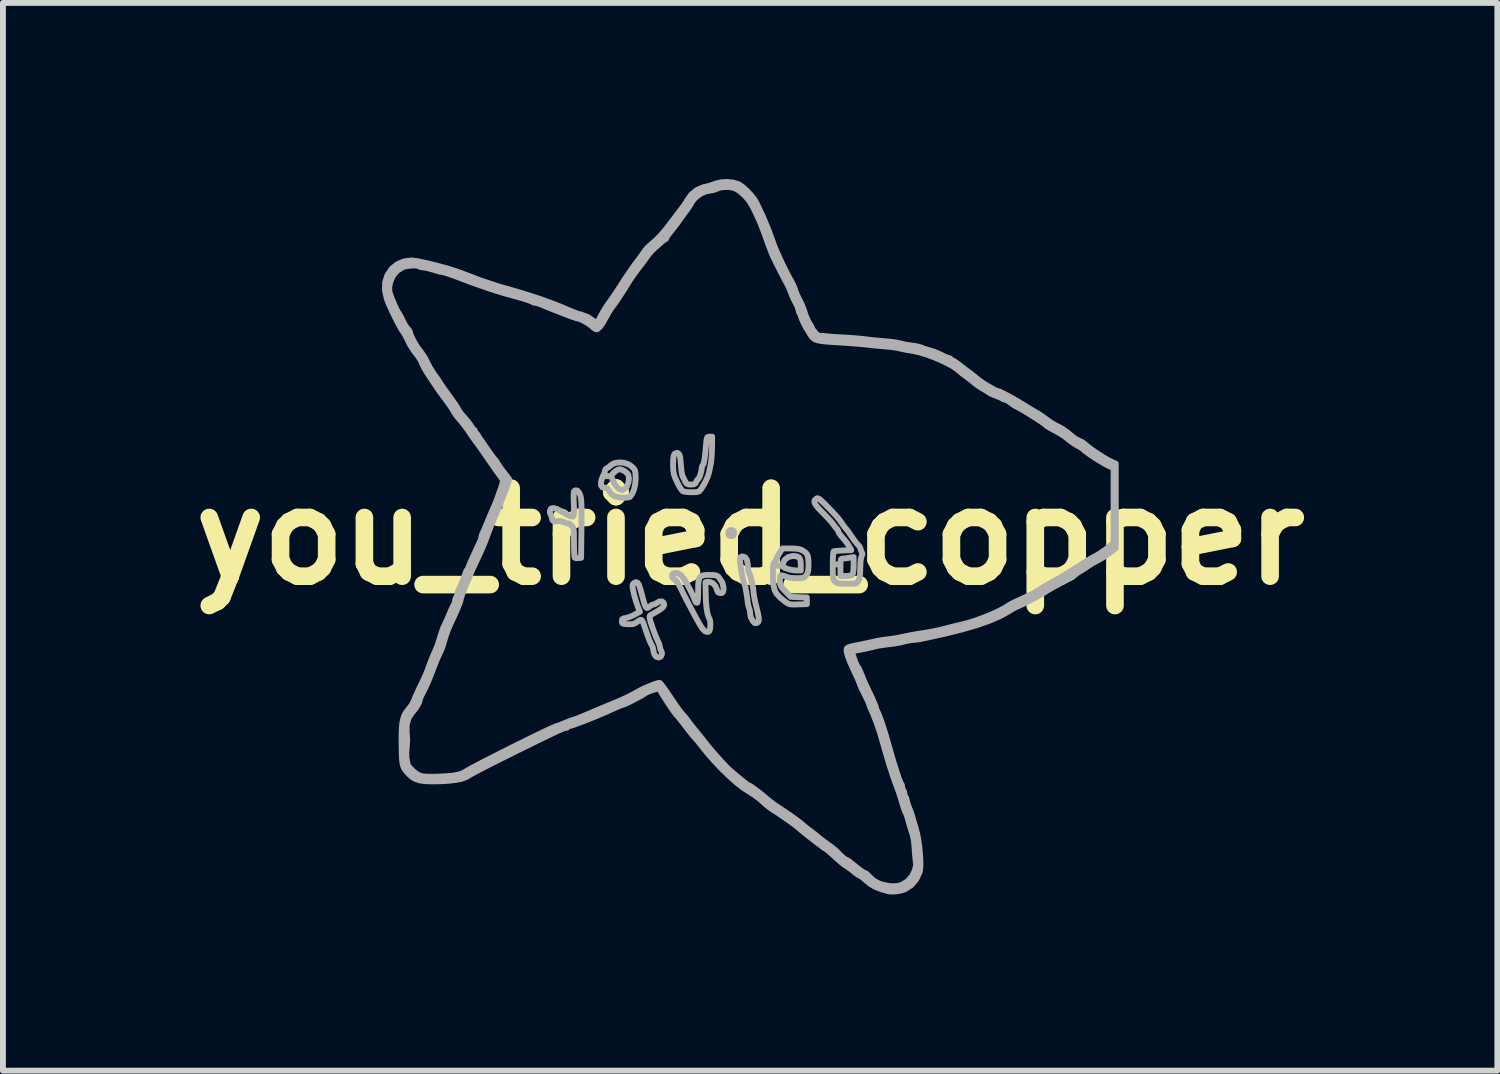
<source format=kicad_pcb>
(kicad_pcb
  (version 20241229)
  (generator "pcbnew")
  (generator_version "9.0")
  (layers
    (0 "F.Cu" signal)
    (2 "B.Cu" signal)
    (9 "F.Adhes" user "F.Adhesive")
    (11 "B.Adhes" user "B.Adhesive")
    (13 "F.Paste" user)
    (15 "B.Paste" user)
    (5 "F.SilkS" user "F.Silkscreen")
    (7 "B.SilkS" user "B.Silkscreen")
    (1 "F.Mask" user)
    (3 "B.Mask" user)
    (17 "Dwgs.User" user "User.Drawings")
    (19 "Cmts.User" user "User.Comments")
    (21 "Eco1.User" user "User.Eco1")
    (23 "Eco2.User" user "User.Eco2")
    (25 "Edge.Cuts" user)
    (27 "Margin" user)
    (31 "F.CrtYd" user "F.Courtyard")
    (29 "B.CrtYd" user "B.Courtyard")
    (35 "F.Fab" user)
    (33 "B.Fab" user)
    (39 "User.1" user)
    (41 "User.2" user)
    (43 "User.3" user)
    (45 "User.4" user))
  (footprint "you_tried_copper"
    (layer "F.Cu")
    (at 9.729 6.087)
    (property "Reference" "you_tried_copper" (at 0 0 0) (layer "F.SilkS") (effects (font (size 1.5 1.5) (thickness 0.3))))
    (attr board_only exclude_from_pos_files exclude_from_bom)
    (fp_poly (pts (xy -0.281 -0.093) (xy -0.272 -0.056) (xy -0.282 -0.018) (xy -0.314 -0.003) (xy -0.354 -0.01) (xy -0.368 -0.027) (xy -0.372 -0.073) (xy -0.35 -0.104) (xy -0.314 -0.109)) (stroke (width 0.1) (type solid)) (fill no) (layer "F.Fab"))
    (fp_poly (pts (xy -0.087 0.354) (xy -0.056 0.398) (xy -0.04 0.471) (xy -0.038 0.516) (xy -0.035 0.568) (xy -0.027 0.602) (xy -0.024 0.607) (xy -0.011 0.635) (xy 0.006 0.688) (xy 0.024 0.757) (xy 0.04 0.829) (xy 0.052 0.894) (xy 0.056 0.938) (xy 0.061 0.985) (xy 0.073 1.056) (xy 0.091 1.141) (xy 0.103 1.189) (xy 0.129 1.295) (xy 0.144 1.371) (xy 0.148 1.421) (xy 0.142 1.452) (xy 0.126 1.468) (xy 0.12 1.471) (xy 0.093 1.48) (xy 0.075 1.475) (xy 0.053 1.45) (xy 0.039 1.433) (xy 0.009 1.374) (xy 0 1.319) (xy -0.005 1.263) (xy -0.019 1.22) (xy -0.019 1.219) (xy -0.031 1.182) (xy -0.042 1.122) (xy -0.048 1.065) (xy -0.079 0.873) (xy -0.117 0.746) (xy -0.13 0.697) (xy -0.145 0.623) (xy -0.159 0.538) (xy -0.17 0.455) (xy -0.174 0.403) (xy -0.172 0.362) (xy -0.151 0.345) (xy -0.131 0.342)) (stroke (width 0.1) (type solid)) (fill no) (layer "F.Fab"))
    (fp_poly (pts (xy -2.941 -0.778) (xy -2.914 -0.745) (xy -2.901 -0.718) (xy -2.891 -0.693) (xy -2.884 -0.662) (xy -2.879 -0.62) (xy -2.875 -0.563) (xy -2.873 -0.487) (xy -2.873 -0.385) (xy -2.873 -0.254) (xy -2.874 -0.141) (xy -2.88 0.366) (xy -2.927 0.371) (xy -2.968 0.371) (xy -2.988 0.364) (xy -2.993 0.341) (xy -2.997 0.288) (xy -3 0.212) (xy -3.001 0.122) (xy -3.001 0.103) (xy -3.002 0.003) (xy -3.003 -0.068) (xy -3.008 -0.115) (xy -3.016 -0.145) (xy -3.028 -0.167) (xy -3.047 -0.186) (xy -3.048 -0.188) (xy -3.079 -0.214) (xy -3.095 -0.221) (xy -3.095 -0.22) (xy -3.111 -0.219) (xy -3.149 -0.232) (xy -3.176 -0.242) (xy -3.245 -0.264) (xy -3.287 -0.261) (xy -3.332 -0.252) (xy -3.365 -0.272) (xy -3.377 -0.308) (xy -3.385 -0.35) (xy -3.397 -0.369) (xy -3.411 -0.402) (xy -3.411 -0.434) (xy -3.393 -0.473) (xy -3.353 -0.483) (xy -3.291 -0.466) (xy -3.205 -0.42) (xy -3.196 -0.414) (xy -3.132 -0.377) (xy -3.076 -0.35) (xy -3.039 -0.338) (xy -3.036 -0.338) (xy -3.019 -0.339) (xy -3.009 -0.349) (xy -3.003 -0.373) (xy -3.001 -0.417) (xy -3.002 -0.487) (xy -3.004 -0.558) (xy -3.007 -0.652) (xy -3.007 -0.715) (xy -3.004 -0.753) (xy -2.996 -0.773) (xy -2.984 -0.782) (xy -2.972 -0.784)) (stroke (width 0.1) (type solid)) (fill no) (layer "F.Fab"))
    (fp_poly (pts (xy -2.155 -1.254) (xy -2.078 -1.23) (xy -2.045 -1.21) (xy -1.999 -1.174) (xy -1.971 -1.141) (xy -1.957 -1.101) (xy -1.952 -1.041) (xy -1.951 -0.984) (xy -1.958 -0.89) (xy -1.978 -0.801) (xy -2.008 -0.726) (xy -2.044 -0.677) (xy -2.052 -0.671) (xy -2.089 -0.661) (xy -2.148 -0.658) (xy -2.216 -0.662) (xy -2.278 -0.672) (xy -2.313 -0.683) (xy -2.356 -0.715) (xy -2.395 -0.763) (xy -2.399 -0.77) (xy -2.433 -0.817) (xy -2.468 -0.83) (xy -2.471 -0.829) (xy -2.517 -0.836) (xy -2.541 -0.87) (xy -2.54 -0.929) (xy -2.532 -0.962) (xy -2.513 -1.015) (xy -2.508 -1.026) (xy -2.364 -1.026) (xy -2.356 -0.993) (xy -2.337 -0.945) (xy -2.333 -0.936) (xy -2.283 -0.853) (xy -2.232 -0.804) (xy -2.181 -0.789) (xy -2.134 -0.809) (xy -2.101 -0.849) (xy -2.074 -0.914) (xy -2.065 -0.984) (xy -2.075 -1.045) (xy -2.088 -1.069) (xy -2.135 -1.109) (xy -2.191 -1.137) (xy -2.227 -1.144) (xy -2.265 -1.131) (xy -2.309 -1.1) (xy -2.346 -1.062) (xy -2.363 -1.029) (xy -2.364 -1.026) (xy -2.508 -1.026) (xy -2.496 -1.052) (xy -2.492 -1.059) (xy -2.478 -1.092) (xy -2.476 -1.111) (xy -2.462 -1.146) (xy -2.446 -1.157) (xy -2.412 -1.178) (xy -2.372 -1.212) (xy -2.372 -1.213) (xy -2.315 -1.246) (xy -2.239 -1.26)) (stroke (width 0.1) (type solid)) (fill no) (layer "F.Fab"))
    (fp_poly (pts (xy -0.65 -1.51) (xy -0.653 -1.417) (xy -0.659 -1.327) (xy -0.668 -1.253) (xy -0.672 -1.229) (xy -0.686 -1.161) (xy -0.699 -1.099) (xy -0.704 -1.079) (xy -0.723 -1.016) (xy -0.756 -0.943) (xy -0.795 -0.869) (xy -0.835 -0.807) (xy -0.869 -0.767) (xy -0.872 -0.765) (xy -0.904 -0.756) (xy -0.96 -0.752) (xy -1.026 -0.752) (xy -1.089 -0.757) (xy -1.136 -0.765) (xy -1.148 -0.77) (xy -1.171 -0.795) (xy -1.203 -0.845) (xy -1.238 -0.91) (xy -1.247 -0.929) (xy -1.281 -1.004) (xy -1.301 -1.065) (xy -1.31 -1.126) (xy -1.313 -1.204) (xy -1.313 -1.226) (xy -1.311 -1.311) (xy -1.305 -1.365) (xy -1.293 -1.398) (xy -1.283 -1.408) (xy -1.247 -1.423) (xy -1.222 -1.413) (xy -1.206 -1.393) (xy -1.194 -1.354) (xy -1.186 -1.288) (xy -1.181 -1.227) (xy -1.174 -1.147) (xy -1.165 -1.078) (xy -1.154 -1.032) (xy -1.15 -1.022) (xy -1.127 -0.977) (xy -1.106 -0.933) (xy -1.083 -0.898) (xy -1.048 -0.884) (xy -1.009 -0.882) (xy -0.959 -0.886) (xy -0.931 -0.904) (xy -0.919 -0.929) (xy -0.901 -0.963) (xy -0.887 -0.975) (xy -0.873 -0.992) (xy -0.855 -1.032) (xy -0.839 -1.084) (xy -0.828 -1.135) (xy -0.825 -1.162) (xy -0.818 -1.197) (xy -0.809 -1.209) (xy -0.795 -1.233) (xy -0.782 -1.289) (xy -0.769 -1.379) (xy -0.757 -1.504) (xy -0.754 -1.538) (xy -0.747 -1.615) (xy -0.74 -1.663) (xy -0.73 -1.687) (xy -0.715 -1.696) (xy -0.694 -1.698) (xy -0.647 -1.698)) (stroke (width 0.1) (type solid)) (fill no) (layer "F.Fab"))
    (fp_poly (pts (xy -1.187 0.653) (xy -1.133 0.715) (xy -1.131 0.718) (xy -1.097 0.775) (xy -1.058 0.845) (xy -1.018 0.92) (xy -0.983 0.992) (xy -0.955 1.052) (xy -0.94 1.092) (xy -0.938 1.1) (xy -0.923 1.125) (xy -0.913 1.131) (xy -0.901 1.129) (xy -0.894 1.107) (xy -0.889 1.06) (xy -0.887 0.984) (xy -0.887 0.936) (xy -0.885 0.828) (xy -0.878 0.752) (xy -0.861 0.703) (xy -0.831 0.674) (xy -0.783 0.66) (xy -0.715 0.657) (xy -0.694 0.657) (xy -0.623 0.659) (xy -0.578 0.666) (xy -0.548 0.683) (xy -0.532 0.699) (xy -0.474 0.786) (xy -0.453 0.873) (xy -0.453 0.902) (xy -0.462 0.946) (xy -0.482 0.964) (xy -0.506 0.966) (xy -0.545 0.956) (xy -0.563 0.918) (xy -0.563 0.918) (xy -0.589 0.85) (xy -0.633 0.8) (xy -0.686 0.776) (xy -0.705 0.775) (xy -0.76 0.779) (xy -0.758 0.967) (xy -0.754 1.096) (xy -0.744 1.211) (xy -0.729 1.304) (xy -0.71 1.37) (xy -0.696 1.395) (xy -0.683 1.432) (xy -0.678 1.495) (xy -0.679 1.523) (xy -0.684 1.582) (xy -0.695 1.613) (xy -0.715 1.626) (xy -0.725 1.628) (xy -0.767 1.618) (xy -0.812 1.573) (xy -0.812 1.572) (xy -0.843 1.526) (xy -0.883 1.459) (xy -0.925 1.383) (xy -0.937 1.36) (xy -0.974 1.29) (xy -1.006 1.23) (xy -1.027 1.19) (xy -1.032 1.182) (xy -1.053 1.143) (xy -1.087 1.078) (xy -1.129 0.995) (xy -1.174 0.902) (xy -1.195 0.859) (xy -1.23 0.798) (xy -1.266 0.752) (xy -1.289 0.733) (xy -1.321 0.705) (xy -1.331 0.667) (xy -1.318 0.635) (xy -1.304 0.626) (xy -1.246 0.622)) (stroke (width 0.1) (type solid)) (fill no) (layer "F.Fab"))
    (fp_poly (pts (xy 0.779 0.209) (xy 0.836 0.217) (xy 0.881 0.234) (xy 0.907 0.249) (xy 0.948 0.279) (xy 0.973 0.312) (xy 0.987 0.357) (xy 0.993 0.425) (xy 0.994 0.49) (xy 0.991 0.567) (xy 0.98 0.62) (xy 0.959 0.659) (xy 0.955 0.663) (xy 0.93 0.691) (xy 0.9 0.706) (xy 0.855 0.712) (xy 0.795 0.713) (xy 0.726 0.71) (xy 0.67 0.704) (xy 0.641 0.697) (xy 0.599 0.68) (xy 0.558 0.668) (xy 0.527 0.663) (xy 0.512 0.671) (xy 0.507 0.702) (xy 0.506 0.749) (xy 0.509 0.801) (xy 0.519 0.84) (xy 0.545 0.878) (xy 0.591 0.928) (xy 0.598 0.936) (xy 0.69 1.03) (xy 0.828 1.036) (xy 0.966 1.041) (xy 0.966 1.097) (xy 0.966 1.154) (xy 0.814 1.159) (xy 0.738 1.161) (xy 0.687 1.158) (xy 0.65 1.147) (xy 0.613 1.125) (xy 0.568 1.09) (xy 0.498 1.031) (xy 0.449 0.975) (xy 0.417 0.916) (xy 0.399 0.842) (xy 0.39 0.745) (xy 0.388 0.676) (xy 0.387 0.582) (xy 0.388 0.519) (xy 0.391 0.501) (xy 0.552 0.501) (xy 0.569 0.524) (xy 0.614 0.547) (xy 0.679 0.567) (xy 0.754 0.579) (xy 0.774 0.58) (xy 0.863 0.582) (xy 0.863 0.481) (xy 0.857 0.406) (xy 0.836 0.361) (xy 0.793 0.339) (xy 0.729 0.334) (xy 0.649 0.352) (xy 0.589 0.398) (xy 0.554 0.468) (xy 0.554 0.469) (xy 0.552 0.501) (xy 0.391 0.501) (xy 0.394 0.478) (xy 0.404 0.452) (xy 0.417 0.437) (xy 0.443 0.404) (xy 0.45 0.383) (xy 0.46 0.355) (xy 0.484 0.309) (xy 0.5 0.283) (xy 0.551 0.206) (xy 0.696 0.206)) (stroke (width 0.1) (type solid)) (fill no) (layer "F.Fab"))
    (fp_poly (pts (xy -1.917 0.791) (xy -1.894 0.827) (xy -1.872 0.893) (xy -1.856 0.948) (xy -1.828 1.055) (xy -1.807 1.131) (xy -1.789 1.18) (xy -1.775 1.207) (xy -1.761 1.218) (xy -1.755 1.219) (xy -1.723 1.206) (xy -1.707 1.191) (xy -1.673 1.167) (xy -1.655 1.163) (xy -1.617 1.151) (xy -1.596 1.137) (xy -1.546 1.108) (xy -1.501 1.109) (xy -1.475 1.13) (xy -1.464 1.165) (xy -1.48 1.2) (xy -1.525 1.24) (xy -1.586 1.278) (xy -1.641 1.31) (xy -1.686 1.336) (xy -1.704 1.347) (xy -1.713 1.362) (xy -1.712 1.392) (xy -1.7 1.443) (xy -1.675 1.522) (xy -1.669 1.54) (xy -1.639 1.623) (xy -1.609 1.701) (xy -1.584 1.759) (xy -1.574 1.779) (xy -1.55 1.831) (xy -1.538 1.878) (xy -1.538 1.883) (xy -1.53 1.925) (xy -1.518 1.945) (xy -1.504 1.978) (xy -1.504 2.01) (xy -1.523 2.048) (xy -1.559 2.063) (xy -1.599 2.052) (xy -1.629 2.017) (xy -1.646 1.965) (xy -1.651 1.927) (xy -1.663 1.878) (xy -1.679 1.85) (xy -1.696 1.818) (xy -1.72 1.76) (xy -1.749 1.683) (xy -1.774 1.611) (xy -1.803 1.523) (xy -1.824 1.466) (xy -1.84 1.434) (xy -1.855 1.422) (xy -1.87 1.423) (xy -1.882 1.428) (xy -1.928 1.457) (xy -1.954 1.476) (xy -2 1.495) (xy -2.08 1.497) (xy -2.085 1.497) (xy -2.143 1.492) (xy -2.173 1.483) (xy -2.184 1.465) (xy -2.185 1.444) (xy -2.179 1.411) (xy -2.152 1.396) (xy -2.125 1.392) (xy -2.074 1.379) (xy -2.01 1.354) (xy -1.972 1.335) (xy -1.879 1.284) (xy -1.912 1.2) (xy -1.948 1.099) (xy -1.979 0.986) (xy -2 0.883) (xy -2.003 0.869) (xy -2.002 0.821) (xy -1.98 0.794) (xy -1.975 0.791) (xy -1.943 0.78)) (stroke (width 0.1) (type solid)) (fill no) (layer "F.Fab"))
    (fp_poly (pts (xy 1.171 -0.641) (xy 1.205 -0.615) (xy 1.255 -0.568) (xy 1.317 -0.505) (xy 1.392 -0.428) (xy 1.446 -0.37) (xy 1.486 -0.325) (xy 1.519 -0.285) (xy 1.55 -0.242) (xy 1.574 -0.206) (xy 1.607 -0.161) (xy 1.634 -0.127) (xy 1.64 -0.122) (xy 1.66 -0.097) (xy 1.693 -0.051) (xy 1.731 0.005) (xy 1.773 0.066) (xy 1.812 0.117) (xy 1.839 0.146) (xy 1.867 0.178) (xy 1.876 0.201) (xy 1.885 0.236) (xy 1.899 0.263) (xy 1.913 0.301) (xy 1.899 0.337) (xy 1.887 0.376) (xy 1.879 0.443) (xy 1.876 0.53) (xy 1.876 0.535) (xy 1.871 0.65) (xy 1.857 0.729) (xy 1.847 0.751) (xy 1.832 0.778) (xy 1.815 0.794) (xy 1.787 0.803) (xy 1.74 0.806) (xy 1.665 0.807) (xy 1.65 0.807) (xy 1.566 0.805) (xy 1.511 0.801) (xy 1.475 0.791) (xy 1.45 0.774) (xy 1.444 0.769) (xy 1.429 0.75) (xy 1.418 0.724) (xy 1.411 0.685) (xy 1.411 0.675) (xy 1.538 0.675) (xy 1.628 0.675) (xy 1.686 0.671) (xy 1.73 0.66) (xy 1.741 0.653) (xy 1.753 0.621) (xy 1.761 0.561) (xy 1.763 0.491) (xy 1.763 0.352) (xy 1.693 0.364) (xy 1.634 0.373) (xy 1.584 0.378) (xy 1.58 0.378) (xy 1.559 0.381) (xy 1.547 0.393) (xy 1.541 0.423) (xy 1.538 0.478) (xy 1.538 0.527) (xy 1.538 0.675) (xy 1.411 0.675) (xy 1.408 0.625) (xy 1.407 0.537) (xy 1.407 0.498) (xy 1.408 0.409) (xy 1.411 0.333) (xy 1.416 0.28) (xy 1.422 0.256) (xy 1.422 0.255) (xy 1.448 0.25) (xy 1.5 0.245) (xy 1.568 0.241) (xy 1.581 0.24) (xy 1.723 0.235) (xy 1.686 0.169) (xy 1.651 0.116) (xy 1.603 0.055) (xy 1.575 0.022) (xy 1.534 -0.026) (xy 1.508 -0.065) (xy 1.501 -0.084) (xy 1.492 -0.111) (xy 1.487 -0.116) (xy 1.469 -0.134) (xy 1.439 -0.172) (xy 1.421 -0.197) (xy 1.386 -0.243) (xy 1.331 -0.304) (xy 1.267 -0.372) (xy 1.228 -0.411) (xy 1.156 -0.486) (xy 1.111 -0.543) (xy 1.093 -0.585) (xy 1.1 -0.617) (xy 1.129 -0.644) (xy 1.13 -0.645) (xy 1.147 -0.65)) (stroke (width 0.1) (type solid)) (fill no) (layer "F.Fab"))
    (fp_poly (pts (xy -0.284 -6.026) (xy -0.196 -5.998) (xy -0.192 -5.996) (xy -0.13 -5.954) (xy -0.059 -5.89) (xy 0.012 -5.815) (xy 0.072 -5.739) (xy 0.106 -5.682) (xy 0.217 -5.447) (xy 0.311 -5.222) (xy 0.386 -5.018) (xy 0.415 -4.938) (xy 0.458 -4.836) (xy 0.51 -4.721) (xy 0.565 -4.604) (xy 0.619 -4.496) (xy 0.667 -4.405) (xy 0.692 -4.362) (xy 0.728 -4.293) (xy 0.758 -4.219) (xy 0.763 -4.203) (xy 0.788 -4.137) (xy 0.822 -4.062) (xy 0.842 -4.025) (xy 0.878 -3.951) (xy 0.912 -3.864) (xy 0.927 -3.818) (xy 0.953 -3.743) (xy 0.985 -3.671) (xy 1.005 -3.635) (xy 1.033 -3.59) (xy 1.049 -3.56) (xy 1.051 -3.554) (xy 1.062 -3.528) (xy 1.09 -3.491) (xy 1.124 -3.452) (xy 1.155 -3.424) (xy 1.17 -3.417) (xy 1.199 -3.417) (xy 1.252 -3.413) (xy 1.313 -3.407) (xy 1.392 -3.4) (xy 1.489 -3.393) (xy 1.587 -3.388) (xy 1.604 -3.387) (xy 1.709 -3.381) (xy 1.826 -3.372) (xy 1.933 -3.361) (xy 1.942 -3.36) (xy 2.036 -3.348) (xy 2.135 -3.338) (xy 2.219 -3.331) (xy 2.232 -3.33) (xy 2.373 -3.317) (xy 2.481 -3.304) (xy 2.561 -3.287) (xy 2.58 -3.282) (xy 2.639 -3.267) (xy 2.705 -3.257) (xy 2.712 -3.256) (xy 2.795 -3.245) (xy 2.868 -3.231) (xy 2.92 -3.215) (xy 2.936 -3.208) (xy 2.963 -3.196) (xy 3.015 -3.18) (xy 3.058 -3.169) (xy 3.137 -3.144) (xy 3.221 -3.109) (xy 3.258 -3.091) (xy 3.315 -3.063) (xy 3.363 -3.044) (xy 3.384 -3.039) (xy 3.41 -3.029) (xy 3.414 -3.02) (xy 3.429 -3.003) (xy 3.438 -3.001) (xy 3.464 -2.99) (xy 3.508 -2.962) (xy 3.555 -2.927) (xy 3.623 -2.875) (xy 3.694 -2.82) (xy 3.733 -2.792) (xy 3.791 -2.748) (xy 3.844 -2.705) (xy 3.864 -2.687) (xy 3.901 -2.658) (xy 3.956 -2.62) (xy 4.022 -2.578) (xy 4.09 -2.538) (xy 4.151 -2.504) (xy 4.196 -2.482) (xy 4.213 -2.477) (xy 4.245 -2.467) (xy 4.302 -2.441) (xy 4.38 -2.401) (xy 4.471 -2.351) (xy 4.571 -2.293) (xy 4.672 -2.232) (xy 4.688 -2.222) (xy 4.763 -2.176) (xy 4.826 -2.138) (xy 4.869 -2.111) (xy 4.888 -2.101) (xy 4.888 -2.101) (xy 4.908 -2.091) (xy 4.948 -2.064) (xy 5.001 -2.027) (xy 5.058 -1.986) (xy 5.085 -1.966) (xy 5.141 -1.928) (xy 5.211 -1.888) (xy 5.253 -1.868) (xy 5.326 -1.827) (xy 5.402 -1.773) (xy 5.446 -1.737) (xy 5.504 -1.689) (xy 5.562 -1.65) (xy 5.599 -1.632) (xy 5.657 -1.604) (xy 5.706 -1.568) (xy 5.752 -1.529) (xy 5.82 -1.478) (xy 5.902 -1.421) (xy 5.988 -1.365) (xy 6.067 -1.317) (xy 6.131 -1.282) (xy 6.148 -1.274) (xy 6.228 -1.239) (xy 6.228 -0.518) (xy 6.228 0.203) (xy 6.117 0.287) (xy 6.046 0.337) (xy 5.971 0.383) (xy 5.915 0.414) (xy 5.847 0.449) (xy 5.781 0.49) (xy 5.759 0.505) (xy 5.699 0.546) (xy 5.636 0.585) (xy 5.628 0.59) (xy 5.584 0.616) (xy 5.556 0.636) (xy 5.553 0.639) (xy 5.53 0.657) (xy 5.482 0.688) (xy 5.417 0.727) (xy 5.341 0.769) (xy 5.264 0.811) (xy 5.226 0.831) (xy 5.145 0.874) (xy 5.059 0.925) (xy 5.01 0.956) (xy 4.951 0.992) (xy 4.869 1.038) (xy 4.774 1.088) (xy 4.677 1.137) (xy 4.588 1.179) (xy 4.521 1.209) (xy 4.49 1.225) (xy 4.441 1.254) (xy 4.408 1.275) (xy 4.265 1.355) (xy 4.084 1.434) (xy 3.866 1.511) (xy 3.612 1.585) (xy 3.322 1.657) (xy 3.142 1.697) (xy 3.059 1.715) (xy 2.98 1.732) (xy 2.919 1.745) (xy 2.913 1.746) (xy 2.85 1.757) (xy 2.791 1.763) (xy 2.781 1.763) (xy 2.734 1.768) (xy 2.668 1.781) (xy 2.616 1.794) (xy 2.539 1.811) (xy 2.445 1.827) (xy 2.355 1.838) (xy 2.354 1.838) (xy 2.265 1.849) (xy 2.175 1.864) (xy 2.103 1.88) (xy 2.101 1.881) (xy 2.027 1.899) (xy 1.937 1.919) (xy 1.861 1.933) (xy 1.79 1.947) (xy 1.75 1.96) (xy 1.735 1.973) (xy 1.736 1.987) (xy 1.749 2.022) (xy 1.768 2.076) (xy 1.776 2.101) (xy 1.798 2.158) (xy 1.82 2.202) (xy 1.827 2.214) (xy 1.848 2.247) (xy 1.873 2.3) (xy 1.884 2.326) (xy 1.908 2.385) (xy 1.928 2.434) (xy 1.933 2.448) (xy 1.947 2.479) (xy 1.973 2.536) (xy 2.008 2.61) (xy 2.044 2.686) (xy 2.081 2.766) (xy 2.111 2.834) (xy 2.132 2.884) (xy 2.139 2.906) (xy 2.147 2.939) (xy 2.156 2.96) (xy 2.19 3.033) (xy 2.229 3.136) (xy 2.271 3.26) (xy 2.313 3.399) (xy 2.337 3.48) (xy 2.377 3.622) (xy 2.417 3.759) (xy 2.455 3.886) (xy 2.491 3.999) (xy 2.522 4.093) (xy 2.547 4.162) (xy 2.565 4.203) (xy 2.571 4.212) (xy 2.585 4.237) (xy 2.589 4.268) (xy 2.596 4.307) (xy 2.608 4.324) (xy 2.622 4.35) (xy 2.626 4.38) (xy 2.633 4.42) (xy 2.645 4.437) (xy 2.661 4.463) (xy 2.664 4.481) (xy 2.671 4.514) (xy 2.688 4.57) (xy 2.712 4.635) (xy 2.738 4.702) (xy 2.758 4.76) (xy 2.768 4.794) (xy 2.777 4.83) (xy 2.795 4.89) (xy 2.817 4.962) (xy 2.822 4.978) (xy 2.845 5.067) (xy 2.865 5.175) (xy 2.882 5.293) (xy 2.893 5.412) (xy 2.9 5.524) (xy 2.9 5.62) (xy 2.893 5.692) (xy 2.888 5.715) (xy 2.83 5.84) (xy 2.749 5.938) (xy 2.642 6.008) (xy 2.624 6.016) (xy 2.565 6.034) (xy 2.49 6.047) (xy 2.419 6.051) (xy 2.373 6.048) (xy 2.24 6.013) (xy 2.136 5.973) (xy 2.051 5.924) (xy 1.985 5.871) (xy 1.934 5.826) (xy 1.891 5.793) (xy 1.866 5.778) (xy 1.864 5.778) (xy 1.84 5.767) (xy 1.798 5.737) (xy 1.761 5.707) (xy 1.707 5.663) (xy 1.656 5.627) (xy 1.632 5.613) (xy 1.598 5.59) (xy 1.546 5.548) (xy 1.484 5.494) (xy 1.445 5.458) (xy 1.385 5.404) (xy 1.335 5.36) (xy 1.302 5.334) (xy 1.292 5.328) (xy 1.273 5.317) (xy 1.232 5.287) (xy 1.174 5.243) (xy 1.105 5.191) (xy 1.031 5.134) (xy 0.96 5.077) (xy 0.896 5.026) (xy 0.847 4.985) (xy 0.825 4.966) (xy 0.785 4.932) (xy 0.721 4.884) (xy 0.641 4.827) (xy 0.554 4.767) (xy 0.469 4.709) (xy 0.394 4.662) (xy 0.329 4.617) (xy 0.266 4.566) (xy 0.241 4.543) (xy 0.17 4.479) (xy 0.08 4.411) (xy -0.012 4.351) (xy -0.041 4.334) (xy -0.133 4.273) (xy -0.242 4.186) (xy -0.361 4.079) (xy -0.486 3.958) (xy -0.61 3.826) (xy -0.729 3.691) (xy -0.838 3.555) (xy -0.838 3.555) (xy -0.881 3.5) (xy -0.919 3.455) (xy -0.94 3.433) (xy -0.963 3.407) (xy -1.003 3.358) (xy -1.053 3.295) (xy -1.098 3.236) (xy -1.151 3.166) (xy -1.199 3.107) (xy -1.233 3.065) (xy -1.249 3.048) (xy -1.269 3.025) (xy -1.304 2.978) (xy -1.347 2.915) (xy -1.395 2.844) (xy -1.442 2.771) (xy -1.485 2.704) (xy -1.518 2.649) (xy -1.536 2.615) (xy -1.538 2.608) (xy -1.547 2.589) (xy -1.549 2.589) (xy -1.584 2.595) (xy -1.638 2.611) (xy -1.698 2.631) (xy -1.751 2.652) (xy -1.784 2.668) (xy -1.787 2.67) (xy -1.821 2.695) (xy -1.857 2.716) (xy -1.897 2.737) (xy -1.958 2.769) (xy -2.025 2.804) (xy -2.026 2.805) (xy -2.089 2.836) (xy -2.14 2.859) (xy -2.17 2.869) (xy -2.171 2.869) (xy -2.197 2.877) (xy -2.248 2.898) (xy -2.316 2.928) (xy -2.357 2.946) (xy -2.438 2.983) (xy -2.534 3.024) (xy -2.637 3.068) (xy -2.742 3.11) (xy -2.842 3.15) (xy -2.932 3.183) (xy -3.003 3.209) (xy -3.05 3.224) (xy -3.065 3.227) (xy -3.097 3.237) (xy -3.105 3.245) (xy -3.132 3.263) (xy -3.143 3.264) (xy -3.158 3.266) (xy -3.181 3.273) (xy -3.215 3.287) (xy -3.264 3.308) (xy -3.329 3.338) (xy -3.414 3.379) (xy -3.52 3.43) (xy -3.652 3.494) (xy -3.81 3.572) (xy -3.999 3.665) (xy -4.071 3.701) (xy -4.217 3.774) (xy -4.356 3.843) (xy -4.481 3.907) (xy -4.589 3.962) (xy -4.676 4.008) (xy -4.739 4.042) (xy -4.772 4.062) (xy -4.774 4.063) (xy -4.837 4.1) (xy -4.914 4.129) (xy -5.012 4.149) (xy -5.136 4.163) (xy -5.286 4.172) (xy -5.43 4.174) (xy -5.544 4.169) (xy -5.633 4.156) (xy -5.704 4.132) (xy -5.763 4.096) (xy -5.811 4.053) (xy -5.852 4.008) (xy -5.884 3.968) (xy -5.906 3.925) (xy -5.921 3.874) (xy -5.93 3.807) (xy -5.935 3.719) (xy -5.937 3.603) (xy -5.938 3.536) (xy -5.938 3.387) (xy -5.934 3.269) (xy -5.925 3.176) (xy -5.909 3.103) (xy -5.886 3.042) (xy -5.854 2.988) (xy -5.814 2.938) (xy -5.769 2.878) (xy -5.733 2.813) (xy -5.722 2.786) (xy -5.703 2.737) (xy -5.671 2.666) (xy -5.633 2.584) (xy -5.608 2.532) (xy -5.564 2.442) (xy -5.523 2.348) (xy -5.489 2.266) (xy -5.477 2.232) (xy -5.446 2.146) (xy -5.409 2.053) (xy -5.385 1.998) (xy -5.354 1.927) (xy -5.327 1.86) (xy -5.313 1.82) (xy -5.276 1.698) (xy -5.247 1.61) (xy -5.227 1.554) (xy -5.214 1.529) (xy -5.202 1.504) (xy -5.178 1.454) (xy -5.149 1.385) (xy -5.13 1.341) (xy -5.098 1.267) (xy -5.07 1.205) (xy -5.05 1.165) (xy -5.043 1.155) (xy -5.03 1.123) (xy -5.027 1.095) (xy -5.02 1.057) (xy -5.009 1.041) (xy -4.993 1.015) (xy -4.99 0.993) (xy -4.981 0.944) (xy -4.972 0.924) (xy -4.942 0.863) (xy -4.907 0.783) (xy -4.875 0.699) (xy -4.855 0.642) (xy -4.838 0.594) (xy -4.821 0.566) (xy -4.817 0.563) (xy -4.803 0.548) (xy -4.802 0.543) (xy -4.795 0.516) (xy -4.776 0.467) (xy -4.754 0.416) (xy -4.702 0.304) (xy -4.664 0.221) (xy -4.637 0.161) (xy -4.618 0.121) (xy -4.606 0.094) (xy -4.597 0.076) (xy -4.594 0.071) (xy -4.58 0.028) (xy -4.577 0.009) (xy -4.568 -0.031) (xy -4.559 -0.052) (xy -4.543 -0.085) (xy -4.518 -0.141) (xy -4.491 -0.206) (xy -4.444 -0.321) (xy -4.397 -0.431) (xy -4.357 -0.523) (xy -4.352 -0.535) (xy -4.33 -0.587) (xy -4.298 -0.673) (xy -4.256 -0.793) (xy -4.236 -0.848) (xy -4.216 -0.915) (xy -4.211 -0.956) (xy -4.221 -0.979) (xy -4.244 -1.009) (xy -4.285 -1.065) (xy -4.341 -1.143) (xy -4.407 -1.238) (xy -4.481 -1.344) (xy -4.535 -1.423) (xy -4.583 -1.492) (xy -4.624 -1.549) (xy -4.653 -1.589) (xy -4.663 -1.601) (xy -4.681 -1.626) (xy -4.715 -1.673) (xy -4.758 -1.735) (xy -4.782 -1.772) (xy -4.834 -1.846) (xy -4.887 -1.917) (xy -4.933 -1.973) (xy -4.946 -1.987) (xy -4.995 -2.046) (xy -5.039 -2.111) (xy -5.05 -2.129) (xy -5.08 -2.179) (xy -5.125 -2.246) (xy -5.177 -2.318) (xy -5.194 -2.342) (xy -5.243 -2.406) (xy -5.284 -2.462) (xy -5.312 -2.5) (xy -5.318 -2.509) (xy -5.336 -2.536) (xy -5.369 -2.586) (xy -5.414 -2.653) (xy -5.456 -2.716) (xy -5.507 -2.794) (xy -5.55 -2.867) (xy -5.581 -2.926) (xy -5.593 -2.957) (xy -5.615 -3.005) (xy -5.654 -3.066) (xy -5.688 -3.109) (xy -5.738 -3.176) (xy -5.789 -3.258) (xy -5.821 -3.32) (xy -5.853 -3.385) (xy -5.881 -3.439) (xy -5.901 -3.47) (xy -5.901 -3.47) (xy -5.933 -3.516) (xy -5.974 -3.588) (xy -6.022 -3.678) (xy -6.071 -3.777) (xy -6.118 -3.876) (xy -6.159 -3.968) (xy -6.188 -4.044) (xy -6.19 -4.049) (xy -6.222 -4.193) (xy -6.222 -4.215) (xy -6.149 -4.215) (xy -6.145 -4.17) (xy -6.131 -4.118) (xy -6.104 -4.047) (xy -6.086 -4.004) (xy -6.053 -3.928) (xy -6.023 -3.864) (xy -5.999 -3.82) (xy -5.991 -3.808) (xy -5.971 -3.776) (xy -5.942 -3.722) (xy -5.919 -3.674) (xy -5.887 -3.612) (xy -5.854 -3.56) (xy -5.834 -3.536) (xy -5.806 -3.504) (xy -5.797 -3.482) (xy -5.787 -3.444) (xy -5.761 -3.385) (xy -5.726 -3.316) (xy -5.685 -3.246) (xy -5.645 -3.187) (xy -5.622 -3.158) (xy -5.58 -3.102) (xy -5.534 -3.028) (xy -5.502 -2.964) (xy -5.462 -2.886) (xy -5.415 -2.807) (xy -5.379 -2.755) (xy -5.338 -2.699) (xy -5.304 -2.648) (xy -5.289 -2.624) (xy -5.269 -2.591) (xy -5.231 -2.536) (xy -5.182 -2.468) (xy -5.14 -2.411) (xy -5.085 -2.335) (xy -5.035 -2.263) (xy -4.997 -2.205) (xy -4.981 -2.176) (xy -4.949 -2.125) (xy -4.903 -2.064) (xy -4.869 -2.026) (xy -4.82 -1.969) (xy -4.776 -1.911) (xy -4.755 -1.881) (xy -4.728 -1.841) (xy -4.707 -1.821) (xy -4.705 -1.82) (xy -4.691 -1.804) (xy -4.69 -1.792) (xy -4.681 -1.767) (xy -4.674 -1.763) (xy -4.656 -1.748) (xy -4.632 -1.712) (xy -4.632 -1.712) (xy -4.61 -1.672) (xy -4.595 -1.651) (xy -4.58 -1.632) (xy -4.55 -1.589) (xy -4.509 -1.53) (xy -4.483 -1.491) (xy -4.436 -1.423) (xy -4.394 -1.364) (xy -4.362 -1.324) (xy -4.352 -1.313) (xy -4.322 -1.277) (xy -4.311 -1.256) (xy -4.295 -1.228) (xy -4.262 -1.18) (xy -4.218 -1.12) (xy -4.202 -1.1) (xy -4.105 -0.972) (xy -4.135 -0.875) (xy -4.156 -0.813) (xy -4.175 -0.76) (xy -4.183 -0.741) (xy -4.198 -0.707) (xy -4.222 -0.648) (xy -4.25 -0.576) (xy -4.259 -0.553) (xy -4.291 -0.471) (xy -4.324 -0.391) (xy -4.352 -0.327) (xy -4.356 -0.319) (xy -4.379 -0.266) (xy -4.41 -0.189) (xy -4.445 -0.1) (xy -4.468 -0.038) (xy -4.498 0.041) (xy -4.522 0.104) (xy -4.546 0.162) (xy -4.572 0.221) (xy -4.603 0.291) (xy -4.645 0.38) (xy -4.688 0.473) (xy -4.721 0.544) (xy -4.747 0.601) (xy -4.762 0.637) (xy -4.765 0.646) (xy -4.772 0.666) (xy -4.791 0.712) (xy -4.818 0.772) (xy -4.819 0.774) (xy -4.855 0.857) (xy -4.888 0.94) (xy -4.914 1.014) (xy -4.93 1.069) (xy -4.934 1.091) (xy -4.942 1.118) (xy -4.964 1.176) (xy -5 1.261) (xy -5.048 1.369) (xy -5.107 1.496) (xy -5.122 1.529) (xy -5.154 1.607) (xy -5.187 1.7) (xy -5.213 1.785) (xy -5.236 1.863) (xy -5.263 1.936) (xy -5.287 1.988) (xy -5.288 1.991) (xy -5.309 2.033) (xy -5.339 2.101) (xy -5.373 2.186) (xy -5.408 2.278) (xy -5.408 2.279) (xy -5.447 2.38) (xy -5.489 2.481) (xy -5.53 2.571) (xy -5.559 2.629) (xy -5.592 2.693) (xy -5.617 2.747) (xy -5.628 2.781) (xy -5.628 2.783) (xy -5.64 2.829) (xy -5.672 2.889) (xy -5.718 2.955) (xy -5.753 2.995) (xy -5.818 3.091) (xy -5.851 3.206) (xy -5.852 3.338) (xy -5.85 3.358) (xy -5.842 3.475) (xy -5.85 3.589) (xy -5.85 3.593) (xy -5.858 3.681) (xy -5.856 3.764) (xy -5.852 3.79) (xy -5.842 3.843) (xy -5.836 3.88) (xy -5.835 3.887) (xy -5.82 3.916) (xy -5.784 3.958) (xy -5.736 4.004) (xy -5.686 4.044) (xy -5.649 4.066) (xy -5.611 4.081) (xy -5.565 4.09) (xy -5.502 4.094) (xy -5.415 4.095) (xy -5.356 4.094) (xy -5.198 4.088) (xy -5.073 4.077) (xy -4.977 4.061) (xy -4.904 4.038) (xy -4.854 4.011) (xy -4.817 3.988) (xy -4.753 3.952) (xy -4.665 3.906) (xy -4.559 3.85) (xy -4.436 3.787) (xy -4.303 3.719) (xy -4.163 3.648) (xy -4.02 3.577) (xy -3.879 3.507) (xy -3.743 3.44) (xy -3.618 3.379) (xy -3.506 3.325) (xy -3.412 3.281) (xy -3.34 3.249) (xy -3.295 3.23) (xy -3.281 3.227) (xy -3.255 3.219) (xy -3.208 3.201) (xy -3.184 3.191) (xy -3.115 3.162) (xy -3.044 3.136) (xy -3.03 3.132) (xy -2.96 3.108) (xy -2.889 3.08) (xy -2.88 3.076) (xy -2.811 3.047) (xy -2.713 3.006) (xy -2.591 2.954) (xy -2.45 2.895) (xy -2.296 2.831) (xy -2.259 2.816) (xy -2.163 2.774) (xy -2.068 2.729) (xy -1.985 2.686) (xy -1.938 2.66) (xy -1.876 2.625) (xy -1.8 2.588) (xy -1.718 2.553) (xy -1.642 2.523) (xy -1.579 2.502) (xy -1.542 2.495) (xy -1.526 2.51) (xy -1.493 2.551) (xy -1.448 2.613) (xy -1.394 2.691) (xy -1.359 2.744) (xy -1.3 2.832) (xy -1.245 2.911) (xy -1.198 2.975) (xy -1.165 3.018) (xy -1.154 3.03) (xy -1.116 3.07) (xy -1.076 3.123) (xy -1.069 3.133) (xy -1.033 3.182) (xy -0.984 3.245) (xy -0.939 3.299) (xy -0.881 3.37) (xy -0.818 3.448) (xy -0.779 3.499) (xy -0.718 3.575) (xy -0.64 3.668) (xy -0.555 3.764) (xy -0.473 3.855) (xy -0.403 3.929) (xy -0.393 3.939) (xy -0.354 3.976) (xy -0.299 4.024) (xy -0.236 4.078) (xy -0.171 4.131) (xy -0.111 4.18) (xy -0.063 4.217) (xy -0.034 4.237) (xy -0.028 4.24) (xy -0.005 4.25) (xy 0.039 4.279) (xy 0.096 4.32) (xy 0.158 4.367) (xy 0.218 4.415) (xy 0.264 4.454) (xy 0.328 4.507) (xy 0.398 4.56) (xy 0.433 4.585) (xy 0.587 4.688) (xy 0.711 4.773) (xy 0.806 4.842) (xy 0.876 4.896) (xy 0.9 4.918) (xy 0.958 4.967) (xy 1.018 5.013) (xy 1.032 5.023) (xy 1.091 5.066) (xy 1.148 5.114) (xy 1.154 5.119) (xy 1.199 5.156) (xy 1.261 5.203) (xy 1.323 5.247) (xy 1.387 5.293) (xy 1.446 5.341) (xy 1.484 5.377) (xy 1.535 5.43) (xy 1.585 5.475) (xy 1.626 5.506) (xy 1.648 5.515) (xy 1.67 5.526) (xy 1.709 5.555) (xy 1.737 5.577) (xy 1.817 5.642) (xy 1.885 5.693) (xy 1.936 5.727) (xy 1.965 5.74) (xy 1.966 5.74) (xy 1.988 5.753) (xy 2.021 5.786) (xy 2.028 5.794) (xy 2.103 5.864) (xy 2.195 5.914) (xy 2.263 5.936) (xy 2.386 5.959) (xy 2.496 5.959) (xy 2.577 5.94) (xy 2.68 5.877) (xy 2.759 5.789) (xy 2.803 5.695) (xy 2.819 5.636) (xy 2.827 5.593) (xy 2.827 5.577) (xy 2.822 5.553) (xy 2.816 5.5) (xy 2.809 5.428) (xy 2.805 5.375) (xy 2.798 5.273) (xy 2.791 5.199) (xy 2.781 5.14) (xy 2.768 5.085) (xy 2.749 5.024) (xy 2.744 5.009) (xy 2.723 4.939) (xy 2.699 4.858) (xy 2.689 4.822) (xy 2.672 4.762) (xy 2.654 4.716) (xy 2.646 4.7) (xy 2.633 4.673) (xy 2.614 4.62) (xy 2.594 4.552) (xy 2.59 4.539) (xy 2.562 4.447) (xy 2.528 4.343) (xy 2.497 4.258) (xy 2.435 4.088) (xy 2.368 3.881) (xy 2.297 3.64) (xy 2.262 3.517) (xy 2.207 3.329) (xy 2.151 3.166) (xy 2.09 3.013) (xy 2.062 2.95) (xy 2.041 2.9) (xy 2.028 2.864) (xy 2.026 2.856) (xy 2.018 2.833) (xy 1.997 2.786) (xy 1.966 2.723) (xy 1.953 2.698) (xy 1.917 2.626) (xy 1.888 2.563) (xy 1.869 2.519) (xy 1.867 2.511) (xy 1.853 2.475) (xy 1.828 2.416) (xy 1.794 2.342) (xy 1.774 2.298) (xy 1.711 2.16) (xy 1.669 2.052) (xy 1.646 1.974) (xy 1.643 1.923) (xy 1.65 1.905) (xy 1.678 1.889) (xy 1.733 1.872) (xy 1.801 1.858) (xy 1.807 1.857) (xy 1.9 1.839) (xy 2.003 1.817) (xy 2.073 1.801) (xy 2.165 1.781) (xy 2.267 1.763) (xy 2.336 1.755) (xy 2.424 1.744) (xy 2.519 1.728) (xy 2.579 1.715) (xy 2.651 1.7) (xy 2.743 1.682) (xy 2.839 1.665) (xy 2.87 1.66) (xy 3.003 1.639) (xy 3.109 1.62) (xy 3.201 1.601) (xy 3.288 1.581) (xy 3.382 1.557) (xy 3.386 1.556) (xy 3.462 1.536) (xy 3.53 1.519) (xy 3.577 1.508) (xy 3.583 1.507) (xy 3.695 1.479) (xy 3.824 1.439) (xy 3.96 1.39) (xy 4.094 1.337) (xy 4.216 1.282) (xy 4.318 1.229) (xy 4.371 1.197) (xy 4.401 1.177) (xy 4.431 1.159) (xy 4.468 1.139) (xy 4.519 1.115) (xy 4.589 1.082) (xy 4.687 1.037) (xy 4.697 1.032) (xy 4.774 0.995) (xy 4.849 0.954) (xy 4.904 0.92) (xy 4.952 0.89) (xy 5.022 0.848) (xy 5.106 0.799) (xy 5.178 0.759) (xy 5.275 0.704) (xy 5.388 0.637) (xy 5.502 0.566) (xy 5.589 0.511) (xy 5.67 0.459) (xy 5.742 0.414) (xy 5.797 0.38) (xy 5.829 0.362) (xy 5.833 0.361) (xy 5.878 0.338) (xy 5.941 0.3) (xy 6.011 0.253) (xy 6.077 0.206) (xy 6.127 0.164) (xy 6.129 0.162) (xy 6.191 0.104) (xy 6.191 -0.53) (xy 6.191 -1.164) (xy 6.107 -1.2) (xy 6.06 -1.224) (xy 5.996 -1.261) (xy 5.922 -1.306) (xy 5.846 -1.355) (xy 5.776 -1.403) (xy 5.719 -1.444) (xy 5.682 -1.473) (xy 5.675 -1.482) (xy 5.652 -1.501) (xy 5.607 -1.529) (xy 5.574 -1.546) (xy 5.505 -1.588) (xy 5.434 -1.64) (xy 5.411 -1.659) (xy 5.358 -1.701) (xy 5.285 -1.749) (xy 5.206 -1.794) (xy 5.193 -1.801) (xy 5.126 -1.837) (xy 5.073 -1.868) (xy 5.042 -1.889) (xy 5.037 -1.894) (xy 5.017 -1.912) (xy 4.972 -1.944) (xy 4.908 -1.986) (xy 4.833 -2.035) (xy 4.754 -2.085) (xy 4.677 -2.132) (xy 4.609 -2.172) (xy 4.558 -2.2) (xy 4.53 -2.213) (xy 4.528 -2.214) (xy 4.508 -2.224) (xy 4.47 -2.251) (xy 4.446 -2.27) (xy 4.399 -2.303) (xy 4.36 -2.323) (xy 4.349 -2.326) (xy 4.312 -2.337) (xy 4.304 -2.342) (xy 4.277 -2.358) (xy 4.228 -2.379) (xy 4.193 -2.393) (xy 4.134 -2.416) (xy 4.087 -2.438) (xy 4.071 -2.448) (xy 4.038 -2.47) (xy 3.988 -2.501) (xy 3.958 -2.518) (xy 3.895 -2.558) (xy 3.836 -2.601) (xy 3.818 -2.616) (xy 3.767 -2.658) (xy 3.705 -2.705) (xy 3.682 -2.722) (xy 3.62 -2.768) (xy 3.559 -2.818) (xy 3.541 -2.834) (xy 3.473 -2.885) (xy 3.376 -2.94) (xy 3.26 -2.997) (xy 3.134 -3.05) (xy 3.006 -3.098) (xy 2.885 -3.135) (xy 2.78 -3.158) (xy 2.755 -3.162) (xy 2.674 -3.175) (xy 2.59 -3.192) (xy 2.561 -3.199) (xy 2.496 -3.213) (xy 2.41 -3.225) (xy 2.321 -3.234) (xy 2.307 -3.235) (xy 2.207 -3.244) (xy 2.096 -3.254) (xy 1.999 -3.265) (xy 1.998 -3.265) (xy 1.924 -3.273) (xy 1.823 -3.282) (xy 1.709 -3.291) (xy 1.592 -3.299) (xy 1.557 -3.301) (xy 1.414 -3.31) (xy 1.303 -3.318) (xy 1.219 -3.327) (xy 1.157 -3.338) (xy 1.113 -3.352) (xy 1.08 -3.371) (xy 1.054 -3.397) (xy 1.03 -3.431) (xy 1.011 -3.461) (xy 0.958 -3.548) (xy 0.914 -3.631) (xy 0.882 -3.7) (xy 0.865 -3.75) (xy 0.863 -3.763) (xy 0.85 -3.793) (xy 0.844 -3.799) (xy 0.829 -3.825) (xy 0.825 -3.849) (xy 0.817 -3.885) (xy 0.794 -3.94) (xy 0.772 -3.984) (xy 0.737 -4.053) (xy 0.707 -4.122) (xy 0.695 -4.156) (xy 0.67 -4.22) (xy 0.636 -4.29) (xy 0.626 -4.31) (xy 0.593 -4.369) (xy 0.549 -4.453) (xy 0.499 -4.551) (xy 0.446 -4.656) (xy 0.397 -4.757) (xy 0.39 -4.772) (xy 0.368 -4.821) (xy 0.34 -4.894) (xy 0.308 -4.979) (xy 0.288 -5.034) (xy 0.243 -5.16) (xy 0.205 -5.261) (xy 0.169 -5.35) (xy 0.13 -5.438) (xy 0.084 -5.536) (xy 0.04 -5.626) (xy -0.018 -5.72) (xy -0.096 -5.81) (xy -0.182 -5.885) (xy -0.242 -5.922) (xy -0.319 -5.946) (xy -0.411 -5.953) (xy -0.502 -5.944) (xy -0.572 -5.921) (xy -0.629 -5.899) (xy -0.683 -5.891) (xy -0.759 -5.876) (xy -0.841 -5.838) (xy -0.917 -5.784) (xy -0.957 -5.744) (xy -0.99 -5.7) (xy -1.01 -5.668) (xy -1.013 -5.66) (xy -1.024 -5.639) (xy -1.052 -5.597) (xy -1.091 -5.543) (xy -1.093 -5.541) (xy -1.142 -5.475) (xy -1.189 -5.41) (xy -1.22 -5.366) (xy -1.258 -5.313) (xy -1.309 -5.248) (xy -1.346 -5.201) (xy -1.387 -5.15) (xy -1.416 -5.108) (xy -1.426 -5.086) (xy -1.436 -5.066) (xy -1.44 -5.065) (xy -1.462 -5.053) (xy -1.499 -5.025) (xy -1.512 -5.013) (xy -1.563 -4.967) (xy -1.622 -4.916) (xy -1.636 -4.903) (xy -1.686 -4.855) (xy -1.728 -4.804) (xy -1.738 -4.791) (xy -1.765 -4.752) (xy -1.808 -4.694) (xy -1.859 -4.626) (xy -1.885 -4.593) (xy -1.944 -4.515) (xy -2.003 -4.433) (xy -2.051 -4.361) (xy -2.064 -4.341) (xy -2.134 -4.228) (xy -2.2 -4.124) (xy -2.259 -4.034) (xy -2.307 -3.965) (xy -2.34 -3.922) (xy -2.344 -3.917) (xy -2.37 -3.882) (xy -2.406 -3.825) (xy -2.444 -3.757) (xy -2.449 -3.747) (xy -2.509 -3.641) (xy -2.56 -3.569) (xy -2.6 -3.532) (xy -2.618 -3.527) (xy -2.645 -3.539) (xy -2.685 -3.569) (xy -2.704 -3.586) (xy -2.755 -3.625) (xy -2.819 -3.664) (xy -2.884 -3.695) (xy -2.936 -3.713) (xy -2.95 -3.714) (xy -2.974 -3.721) (xy -3.026 -3.739) (xy -3.098 -3.765) (xy -3.184 -3.798) (xy -3.276 -3.834) (xy -3.368 -3.87) (xy -3.452 -3.904) (xy -3.521 -3.933) (xy -3.541 -3.942) (xy -3.597 -3.963) (xy -3.643 -3.976) (xy -3.655 -3.977) (xy -3.693 -3.985) (xy -3.706 -3.993) (xy -3.735 -4.007) (xy -3.795 -4.029) (xy -3.881 -4.056) (xy -3.989 -4.087) (xy -4.112 -4.121) (xy -4.136 -4.127) (xy -4.229 -4.154) (xy -4.348 -4.191) (xy -4.482 -4.235) (xy -4.623 -4.284) (xy -4.762 -4.333) (xy -4.887 -4.381) (xy -5.023 -4.432) (xy -5.13 -4.47) (xy -5.206 -4.494) (xy -5.249 -4.503) (xy -5.251 -4.503) (xy -5.284 -4.509) (xy -5.339 -4.524) (xy -5.39 -4.54) (xy -5.461 -4.561) (xy -5.529 -4.576) (xy -5.565 -4.581) (xy -5.611 -4.587) (xy -5.638 -4.598) (xy -5.64 -4.6) (xy -5.665 -4.611) (xy -5.715 -4.615) (xy -5.778 -4.613) (xy -5.843 -4.605) (xy -5.898 -4.593) (xy -5.912 -4.588) (xy -6.013 -4.526) (xy -6.087 -4.438) (xy -6.133 -4.326) (xy -6.145 -4.264) (xy -6.149 -4.215) (xy -6.222 -4.215) (xy -6.219 -4.326) (xy -6.181 -4.447) (xy -6.107 -4.556) (xy -6.099 -4.565) (xy -6.007 -4.638) (xy -5.895 -4.684) (xy -5.772 -4.7) (xy -5.677 -4.69) (xy -5.504 -4.653) (xy -5.332 -4.611) (xy -5.171 -4.567) (xy -5.028 -4.523) (xy -4.913 -4.482) (xy -4.906 -4.479) (xy -4.599 -4.362) (xy -4.296 -4.261) (xy -4.061 -4.194) (xy -3.904 -4.148) (xy -3.736 -4.095) (xy -3.566 -4.039) (xy -3.406 -3.981) (xy -3.263 -3.927) (xy -3.161 -3.884) (xy -3.032 -3.829) (xy -2.935 -3.793) (xy -2.886 -3.78) (xy -2.766 -3.737) (xy -2.664 -3.666) (xy -2.662 -3.664) (xy -2.613 -3.619) (xy -2.542 -3.756) (xy -2.499 -3.832) (xy -2.454 -3.906) (xy -2.416 -3.962) (xy -2.412 -3.966) (xy -2.382 -4.008) (xy -2.337 -4.074) (xy -2.281 -4.156) (xy -2.221 -4.248) (xy -2.191 -4.295) (xy -2.127 -4.394) (xy -2.06 -4.493) (xy -1.998 -4.583) (xy -1.947 -4.654) (xy -1.931 -4.674) (xy -1.881 -4.74) (xy -1.837 -4.801) (xy -1.806 -4.846) (xy -1.802 -4.853) (xy -1.764 -4.901) (xy -1.716 -4.949) (xy -1.712 -4.952) (xy -1.611 -5.04) (xy -1.527 -5.124) (xy -1.447 -5.217) (xy -1.38 -5.302) (xy -1.319 -5.383) (xy -1.256 -5.466) (xy -1.201 -5.539) (xy -1.176 -5.571) (xy -1.131 -5.632) (xy -1.092 -5.689) (xy -1.071 -5.726) (xy -1.001 -5.824) (xy -0.907 -5.9) (xy -0.796 -5.948) (xy -0.759 -5.956) (xy -0.696 -5.971) (xy -0.623 -5.995) (xy -0.592 -6.007) (xy -0.498 -6.031) (xy -0.39 -6.037)) (stroke (width 0.1) (type solid)) (fill no) (layer "F.Fab")))
  (gr_rect
    (start -3 -3)
    (end 22.457 15.189)
    (stroke (width 0.1) (type default))
    (fill no)
    (layer "Edge.Cuts")))
</source>
